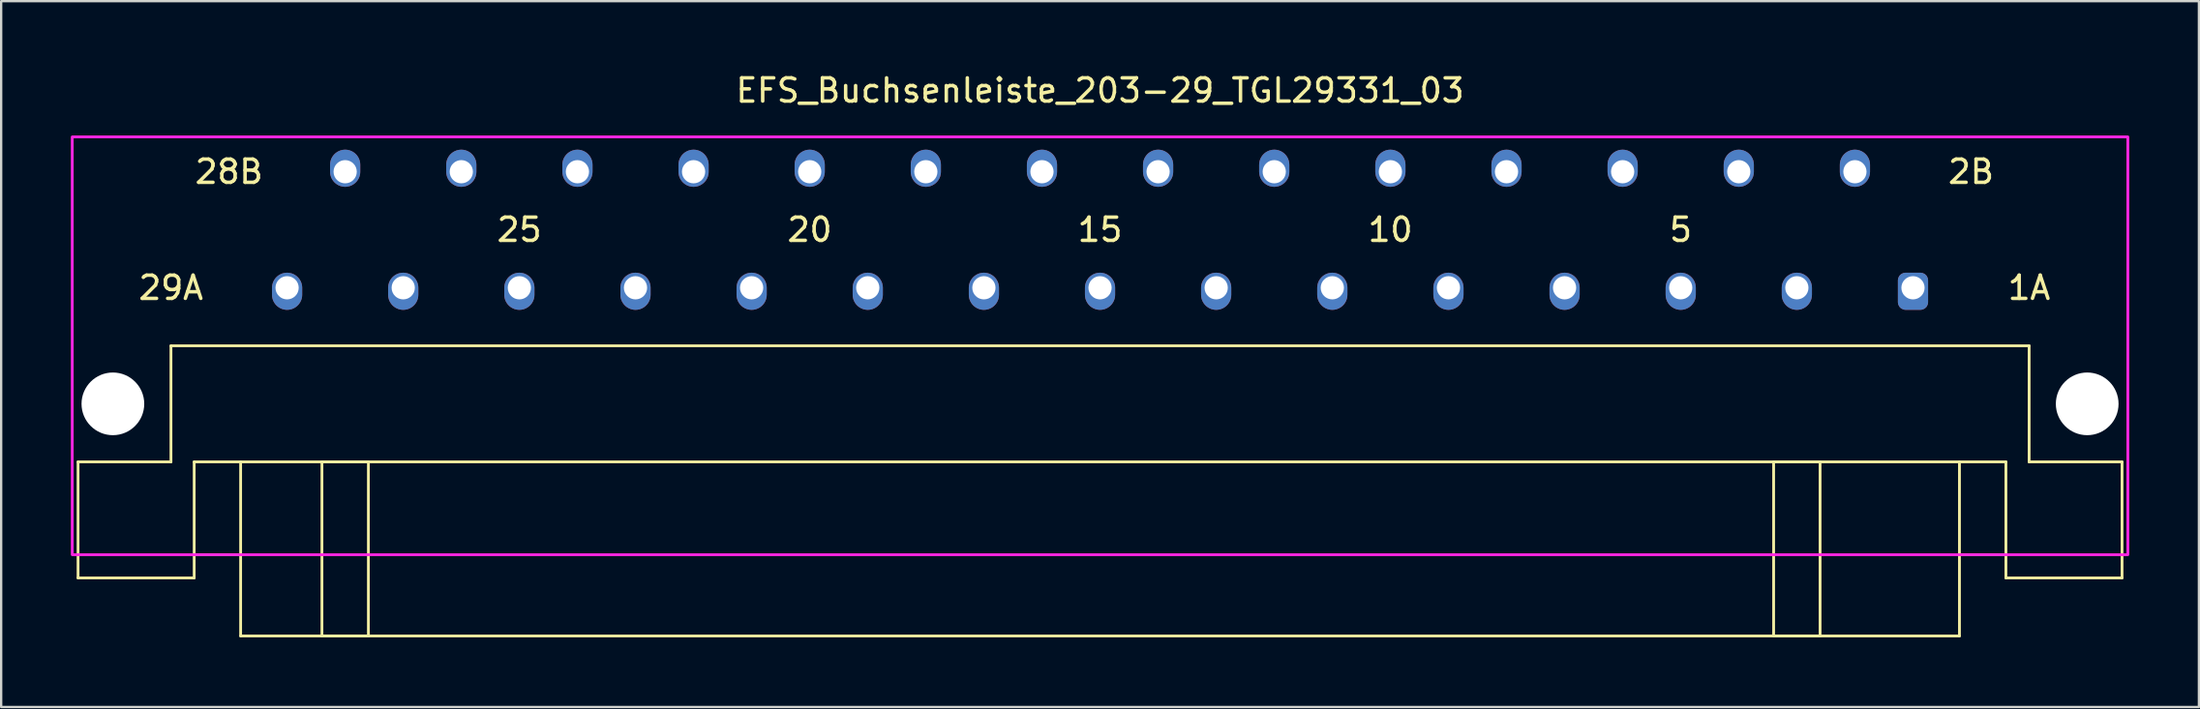
<source format=kicad_pcb>
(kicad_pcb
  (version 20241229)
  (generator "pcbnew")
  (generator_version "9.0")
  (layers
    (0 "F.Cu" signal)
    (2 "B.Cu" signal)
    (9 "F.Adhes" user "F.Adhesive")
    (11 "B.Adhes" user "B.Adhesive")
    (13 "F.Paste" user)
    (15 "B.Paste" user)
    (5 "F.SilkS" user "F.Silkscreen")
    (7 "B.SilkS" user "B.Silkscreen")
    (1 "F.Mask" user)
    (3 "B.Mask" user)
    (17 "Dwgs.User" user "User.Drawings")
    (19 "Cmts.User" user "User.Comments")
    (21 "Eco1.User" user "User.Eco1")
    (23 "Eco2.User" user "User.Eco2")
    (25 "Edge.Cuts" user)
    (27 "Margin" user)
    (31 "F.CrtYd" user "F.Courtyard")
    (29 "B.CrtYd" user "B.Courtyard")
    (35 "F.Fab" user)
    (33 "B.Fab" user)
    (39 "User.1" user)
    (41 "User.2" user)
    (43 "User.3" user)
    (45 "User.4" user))
  (footprint "EFS_Buchsenleiste_203-29_TGL29331_03"
    (layer "F.Cu")
    (at 44.31 20.848)
    (property "Reference" "EFS_Buchsenleiste_203-29_TGL29331_03" (at 0 -20 0) (layer "F.SilkS") (effects (font (size 1 1) (thickness 0.15))))
    (attr through_hole)
    (fp_line (start -44 -4) (end -44 1) (stroke (width 0.12) (type solid)) (layer "F.SilkS"))
    (fp_line (start -44 -4) (end -40 -4) (stroke (width 0.12) (type solid)) (layer "F.SilkS"))
    (fp_line (start -44 1) (end -39 1) (stroke (width 0.12) (type solid)) (layer "F.SilkS"))
    (fp_line (start -40 -9) (end -40 -4) (stroke (width 0.12) (type solid)) (layer "F.SilkS"))
    (fp_line (start -39 -4) (end -39 1) (stroke (width 0.12) (type solid)) (layer "F.SilkS"))
    (fp_line (start -39 -4) (end 39 -4) (stroke (width 0.12) (type solid)) (layer "F.SilkS"))
    (fp_line (start -37 0) (end -39 0) (stroke (width 0.12) (type solid)) (layer "F.SilkS"))
    (fp_line (start -37 3.5) (end -37 -4) (stroke (width 0.12) (type solid)) (layer "F.SilkS"))
    (fp_line (start -37 3.5) (end 37 3.5) (stroke (width 0.12) (type solid)) (layer "F.SilkS"))
    (fp_line (start 37 3.5) (end 37 -4) (stroke (width 0.12) (type solid)) (layer "F.SilkS"))
    (fp_line (start 39 -4) (end 39 1) (stroke (width 0.12) (type solid)) (layer "F.SilkS"))
    (fp_line (start 39 0) (end 37 0) (stroke (width 0.12) (type solid)) (layer "F.SilkS"))
    (fp_line (start 39 1) (end 44 1) (stroke (width 0.12) (type solid)) (layer "F.SilkS"))
    (fp_line (start 40 -9) (end -40 -9) (stroke (width 0.12) (type solid)) (layer "F.SilkS"))
    (fp_line (start 40 -9) (end 40 -4) (stroke (width 0.12) (type solid)) (layer "F.SilkS"))
    (fp_line (start 40 -4) (end 44 -4) (stroke (width 0.12) (type solid)) (layer "F.SilkS"))
    (fp_line (start 44 -4) (end 44 1) (stroke (width 0.12) (type solid)) (layer "F.SilkS"))
    (fp_rect (start -33.5 -4) (end -31.5 3.5) (stroke (width 0.12) (type solid)) (fill no) (layer "F.SilkS"))
    (fp_rect (start 29 -4) (end 31 3.5) (stroke (width 0.12) (type solid)) (fill no) (layer "F.SilkS"))
    (fp_rect (start -44.25 -18) (end 44.25 0) (stroke (width 0.12) (type solid)) (fill no) (layer "F.CrtYd"))
    (fp_text user "5" (at 25 -14 180) (layer "F.SilkS") (effects (font (size 1 1) (thickness 0.15))))
    (fp_text user "15" (at 0 -14 180) (layer "F.SilkS") (effects (font (size 1 1) (thickness 0.15))))
    (fp_text user "2B" (at 37.5 -16.5 180) (layer "F.SilkS") (effects (font (size 1 1) (thickness 0.15))))
    (fp_text user "10" (at 12.5 -14 180) (layer "F.SilkS") (effects (font (size 1 1) (thickness 0.15))))
    (fp_text user "25" (at -25 -14 180) (layer "F.SilkS") (effects (font (size 1 1) (thickness 0.15))))
    (fp_text user "1A" (at 40 -11.5 180) (layer "F.SilkS") (effects (font (size 1 1) (thickness 0.15))))
    (fp_text user "20" (at -12.5 -14 180) (layer "F.SilkS") (effects (font (size 1 1) (thickness 0.15))))
    (fp_text user "28B" (at -37.5 -16.5 180) (layer "F.SilkS") (effects (font (size 1 1) (thickness 0.15))))
    (fp_text user "29A" (at -40 -11.5 180) (layer "F.SilkS") (effects (font (size 1 1) (thickness 0.15))))
    (pad "" np_thru_hole circle (at -42.5 -6.5 180) (size 2.7 2.7) (drill 2.7) (layers "*.Cu" "*.Mask"))
    (pad "" np_thru_hole circle (at 42.5 -6.5 180) (size 2.7 2.7) (drill 2.7) (layers "*.Cu" "*.Mask"))
    (pad "1a" thru_hole roundrect (at 35 -11.5 180) (size 1.3 1.6) (drill 1 (offset 0 -0.15)) (layers "*.Cu" "*.Mask") (roundrect_rratio 0.25))
    (pad "2b" thru_hole oval (at 32.5 -16.5 180) (size 1.3 1.6) (drill 1 (offset 0 0.15)) (layers "*.Cu" "*.Mask"))
    (pad "3a" thru_hole oval (at 30 -11.5 180) (size 1.3 1.6) (drill 1 (offset 0 -0.15)) (layers "*.Cu" "*.Mask"))
    (pad "4b" thru_hole oval (at 27.5 -16.5 180) (size 1.3 1.6) (drill 1 (offset 0 0.15)) (layers "*.Cu" "*.Mask"))
    (pad "5a" thru_hole oval (at 25 -11.5 180) (size 1.3 1.6) (drill 1 (offset 0 -0.15)) (layers "*.Cu" "*.Mask"))
    (pad "6b" thru_hole oval (at 22.5 -16.5 180) (size 1.3 1.6) (drill 1 (offset 0 0.15)) (layers "*.Cu" "*.Mask"))
    (pad "7a" thru_hole oval (at 20 -11.5 180) (size 1.3 1.6) (drill 1 (offset 0 -0.15)) (layers "*.Cu" "*.Mask"))
    (pad "8b" thru_hole oval (at 17.5 -16.5 180) (size 1.3 1.6) (drill 1 (offset 0 0.15)) (layers "*.Cu" "*.Mask"))
    (pad "9a" thru_hole oval (at 15 -11.5 180) (size 1.3 1.6) (drill 1 (offset 0 -0.15)) (layers "*.Cu" "*.Mask"))
    (pad "10b" thru_hole oval (at 12.5 -16.5 180) (size 1.3 1.6) (drill 1 (offset 0 0.15)) (layers "*.Cu" "*.Mask"))
    (pad "11a" thru_hole oval (at 10 -11.5 180) (size 1.3 1.6) (drill 1 (offset 0 -0.15)) (layers "*.Cu" "*.Mask"))
    (pad "12b" thru_hole oval (at 7.5 -16.5 180) (size 1.3 1.6) (drill 1 (offset 0 0.15)) (layers "*.Cu" "*.Mask"))
    (pad "13a" thru_hole oval (at 5 -11.5 180) (size 1.3 1.6) (drill 1 (offset 0 -0.15)) (layers "*.Cu" "*.Mask"))
    (pad "14b" thru_hole oval (at 2.5 -16.5 180) (size 1.3 1.6) (drill 1 (offset 0 0.15)) (layers "*.Cu" "*.Mask"))
    (pad "15a" thru_hole oval (at 0 -11.5 180) (size 1.3 1.6) (drill 1 (offset 0 -0.15)) (layers "*.Cu" "*.Mask"))
    (pad "16b" thru_hole oval (at -2.5 -16.5 180) (size 1.3 1.6) (drill 1 (offset 0 0.15)) (layers "*.Cu" "*.Mask"))
    (pad "17a" thru_hole oval (at -5 -11.5 180) (size 1.3 1.6) (drill 1 (offset 0 -0.15)) (layers "*.Cu" "*.Mask"))
    (pad "18b" thru_hole oval (at -7.5 -16.5 180) (size 1.3 1.6) (drill 1 (offset 0 0.15)) (layers "*.Cu" "*.Mask"))
    (pad "19a" thru_hole oval (at -10 -11.5 180) (size 1.3 1.6) (drill 1 (offset 0 -0.15)) (layers "*.Cu" "*.Mask"))
    (pad "20b" thru_hole oval (at -12.5 -16.5 180) (size 1.3 1.6) (drill 1 (offset 0 0.15)) (layers "*.Cu" "*.Mask"))
    (pad "21a" thru_hole oval (at -15 -11.5 180) (size 1.3 1.6) (drill 1 (offset 0 -0.15)) (layers "*.Cu" "*.Mask"))
    (pad "22b" thru_hole oval (at -17.5 -16.5 180) (size 1.3 1.6) (drill 1 (offset 0 0.15)) (layers "*.Cu" "*.Mask"))
    (pad "23a" thru_hole oval (at -20 -11.5 180) (size 1.3 1.6) (drill 1 (offset 0 -0.15)) (layers "*.Cu" "*.Mask"))
    (pad "24b" thru_hole oval (at -22.5 -16.5 180) (size 1.3 1.6) (drill 1 (offset 0 0.15)) (layers "*.Cu" "*.Mask"))
    (pad "25a" thru_hole oval (at -25 -11.5 180) (size 1.3 1.6) (drill 1 (offset 0 -0.15)) (layers "*.Cu" "*.Mask"))
    (pad "26b" thru_hole oval (at -27.5 -16.5 180) (size 1.3 1.6) (drill 1 (offset 0 0.15)) (layers "*.Cu" "*.Mask"))
    (pad "27a" thru_hole oval (at -30 -11.5 180) (size 1.3 1.6) (drill 1 (offset 0 -0.15)) (layers "*.Cu" "*.Mask"))
    (pad "28b" thru_hole oval (at -32.5 -16.5 180) (size 1.3 1.6) (drill 1 (offset 0 0.15)) (layers "*.Cu" "*.Mask"))
    (pad "29a" thru_hole oval (at -35 -11.5 180) (size 1.3 1.6) (drill 1 (offset 0 -0.15)) (layers "*.Cu" "*.Mask")))
  (gr_rect
    (start -3 -3)
    (end 91.62 27.408)
    (stroke (width 0.1) (type default))
    (fill no)
    (layer "Edge.Cuts")))
</source>
